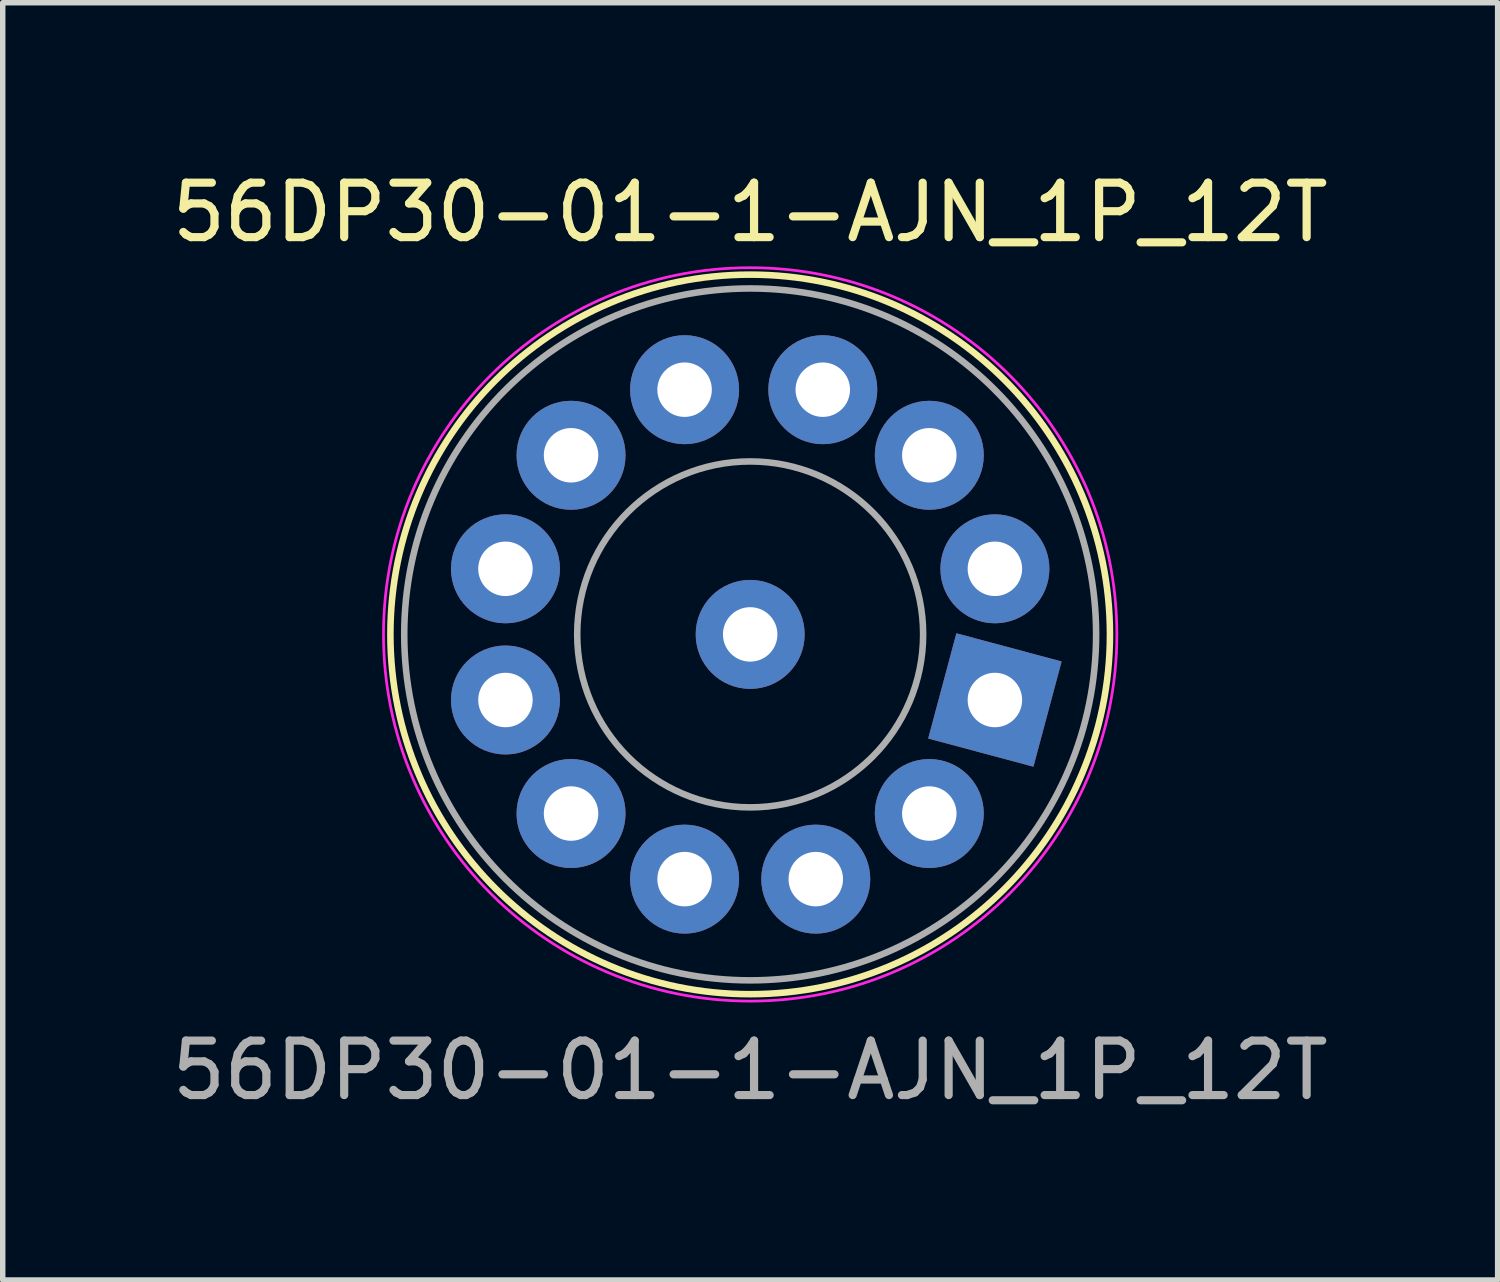
<source format=kicad_pcb>
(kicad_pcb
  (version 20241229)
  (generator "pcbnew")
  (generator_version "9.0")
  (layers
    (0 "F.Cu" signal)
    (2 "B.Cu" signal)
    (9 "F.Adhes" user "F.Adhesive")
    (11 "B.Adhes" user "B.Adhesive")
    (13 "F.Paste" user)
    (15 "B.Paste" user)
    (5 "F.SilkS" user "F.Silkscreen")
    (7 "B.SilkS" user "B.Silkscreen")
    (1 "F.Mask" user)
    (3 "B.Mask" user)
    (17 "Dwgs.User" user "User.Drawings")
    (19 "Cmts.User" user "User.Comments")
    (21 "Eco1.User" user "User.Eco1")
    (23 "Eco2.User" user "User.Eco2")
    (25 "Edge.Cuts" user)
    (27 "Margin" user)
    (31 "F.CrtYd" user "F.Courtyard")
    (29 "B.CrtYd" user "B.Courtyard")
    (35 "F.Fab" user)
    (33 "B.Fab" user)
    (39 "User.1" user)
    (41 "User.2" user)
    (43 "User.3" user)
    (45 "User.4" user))
  (footprint "56DP30-01-1-AJN_1P_12T"
    (layer "F.Cu")
    (at 10.72 8.595)
    (property "Reference" "56DP30-01-1-AJN_1P_12T" (at 0 -7.747 0) (layer "F.SilkS") (effects (font (size 1 1) (thickness 0.15))))
    (attr through_hole)
    (fp_circle (center 0 0) (end 6.604 0) (stroke (width 0.12) (type solid)) (fill no) (layer "F.SilkS"))
    (fp_circle (center 0 0) (end 6.731 0) (stroke (width 0.05) (type default)) (fill no) (layer "F.CrtYd"))
    (fp_circle (center 0 0) (end 3.175 0) (stroke (width 0.12) (type default)) (fill no) (layer "F.Fab"))
    (fp_circle (center 0 0) (end 6.35 0) (stroke (width 0.12) (type default)) (fill no) (layer "F.Fab"))
    (fp_text user "${REFERENCE}" (at 0 8.001 0) (layer "F.Fab") (effects (font (size 1 1) (thickness 0.15))))
    (pad "1" thru_hole rect (at 4.492 1.204 345) (size 2 2) (drill 1) (layers "*.Cu" "*.Mask"))
    (pad "2" thru_hole circle (at 3.288 3.288) (size 2 2) (drill 1) (layers "*.Cu" "*.Mask"))
    (pad "3" thru_hole circle (at 1.204 4.492) (size 2 2) (drill 1) (layers "*.Cu" "*.Mask"))
    (pad "4" thru_hole circle (at -1.204 4.492) (size 2 2) (drill 1) (layers "*.Cu" "*.Mask"))
    (pad "5" thru_hole circle (at -3.288 3.288) (size 2 2) (drill 1) (layers "*.Cu" "*.Mask"))
    (pad "6" thru_hole circle (at -4.492 1.204) (size 2 2) (drill 1) (layers "*.Cu" "*.Mask"))
    (pad "7" thru_hole circle (at -4.492 -1.204) (size 2 2) (drill 1) (layers "*.Cu" "*.Mask"))
    (pad "8" thru_hole circle (at -3.288 -3.288) (size 2 2) (drill 1) (layers "*.Cu" "*.Mask"))
    (pad "9" thru_hole circle (at -1.204 -4.492) (size 2 2) (drill 1) (layers "*.Cu" "*.Mask"))
    (pad "10" thru_hole circle (at 1.333 -4.492) (size 2 2) (drill 1) (layers "*.Cu" "*.Mask"))
    (pad "11" thru_hole circle (at 3.288 -3.288) (size 2 2) (drill 1) (layers "*.Cu" "*.Mask"))
    (pad "12" thru_hole circle (at 4.492 -1.204) (size 2 2) (drill 1) (layers "*.Cu" "*.Mask"))
    (pad "13" thru_hole circle (at 0 0) (size 2 2) (drill 1) (layers "*.Cu" "*.Mask")))
  (gr_rect
    (start -3 -3)
    (end 24.44 20.445)
    (stroke (width 0.1) (type default))
    (fill no)
    (layer "Edge.Cuts")))
</source>
